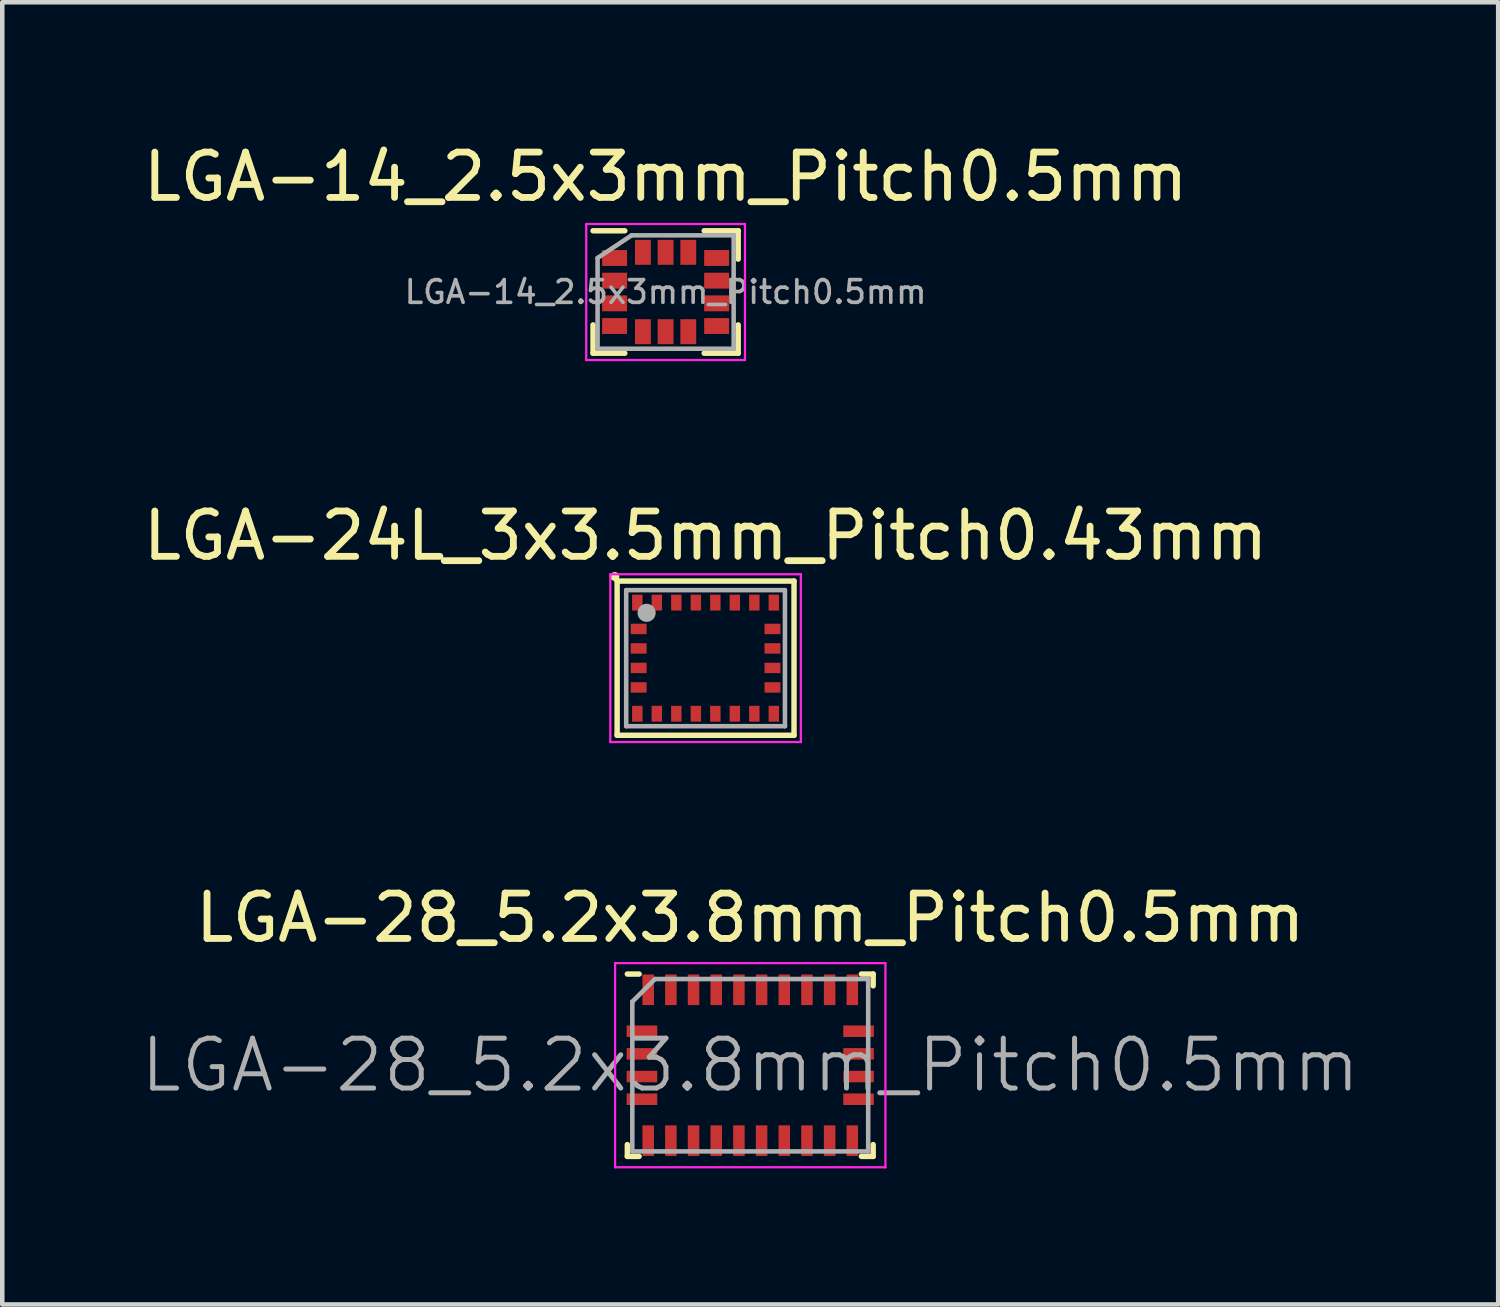
<source format=kicad_pcb>
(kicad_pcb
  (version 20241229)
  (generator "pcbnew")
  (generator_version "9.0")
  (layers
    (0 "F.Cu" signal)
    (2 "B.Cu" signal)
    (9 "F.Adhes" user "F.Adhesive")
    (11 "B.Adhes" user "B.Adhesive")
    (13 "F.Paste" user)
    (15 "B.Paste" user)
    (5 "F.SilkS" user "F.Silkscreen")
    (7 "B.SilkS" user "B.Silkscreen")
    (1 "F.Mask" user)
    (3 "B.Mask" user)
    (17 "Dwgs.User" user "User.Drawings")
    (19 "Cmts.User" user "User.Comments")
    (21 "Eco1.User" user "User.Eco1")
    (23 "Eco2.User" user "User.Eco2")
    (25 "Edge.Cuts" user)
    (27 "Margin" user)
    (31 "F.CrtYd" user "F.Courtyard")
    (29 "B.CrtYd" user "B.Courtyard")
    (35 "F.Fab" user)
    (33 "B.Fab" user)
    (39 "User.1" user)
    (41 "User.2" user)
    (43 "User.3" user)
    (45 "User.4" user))
  (footprint "LGA-24L_3x3.5mm_Pitch0.43mm"
    (layer "F.Cu")
    (at 12.506 11.461)
    (property "Reference" "LGA-24L_3x3.5mm_Pitch0.43mm" (at 0 -2.7 0) (layer "F.SilkS") (effects (font (size 1 1) (thickness 0.15))))
    (attr smd)
    (fp_line (start -1.95 -1.7) (end 1.95 -1.7) (stroke (width 0.12) (type solid)) (layer "F.SilkS"))
    (fp_line (start -1.95 1.7) (end -1.95 -1.7) (stroke (width 0.12) (type solid)) (layer "F.SilkS"))
    (fp_line (start 1.95 -1.7) (end 1.95 1.7) (stroke (width 0.12) (type solid)) (layer "F.SilkS"))
    (fp_line (start 1.95 1.7) (end -1.95 1.7) (stroke (width 0.12) (type solid)) (layer "F.SilkS"))
    (fp_circle (center -2 -1.8) (end -1.95 -1.8) (stroke (width 0.1) (type solid)) (fill no) (layer "F.SilkS"))
    (fp_line (start -2.1 -1.85) (end 2.1 -1.85) (stroke (width 0.05) (type solid)) (layer "F.CrtYd"))
    (fp_line (start -2.1 1.85) (end -2.1 -1.85) (stroke (width 0.05) (type solid)) (layer "F.CrtYd"))
    (fp_line (start 2.1 -1.85) (end 2.1 1.85) (stroke (width 0.05) (type solid)) (layer "F.CrtYd"))
    (fp_line (start 2.1 1.85) (end -2.1 1.85) (stroke (width 0.05) (type solid)) (layer "F.CrtYd"))
    (fp_line (start -1.75 -1.5) (end 1.75 -1.5) (stroke (width 0.1) (type solid)) (layer "F.Fab"))
    (fp_line (start -1.75 1.5) (end -1.75 -1.5) (stroke (width 0.1) (type solid)) (layer "F.Fab"))
    (fp_line (start 1.75 -1.5) (end 1.75 1.5) (stroke (width 0.1) (type solid)) (layer "F.Fab"))
    (fp_line (start 1.75 1.5) (end -1.75 1.5) (stroke (width 0.1) (type solid)) (layer "F.Fab"))
    (fp_circle (center -1.3 -1) (end -1.3 -0.9) (stroke (width 0.2) (type solid)) (fill no) (layer "F.Fab"))
    (pad "1" smd rect (at -1.505 -1.225) (size 0.23 0.35) (layers "F.Cu" "F.Mask" "F.Paste"))
    (pad "2" smd rect (at -1.475 -0.645) (size 0.35 0.23) (layers "F.Cu" "F.Mask" "F.Paste"))
    (pad "3" smd rect (at -1.475 -0.215) (size 0.35 0.23) (layers "F.Cu" "F.Mask" "F.Paste"))
    (pad "4" smd rect (at -1.475 0.215) (size 0.35 0.23) (layers "F.Cu" "F.Mask" "F.Paste"))
    (pad "5" smd rect (at -1.475 0.645) (size 0.35 0.23) (layers "F.Cu" "F.Mask" "F.Paste"))
    (pad "6" smd rect (at -1.505 1.225) (size 0.23 0.35) (layers "F.Cu" "F.Mask" "F.Paste"))
    (pad "7" smd rect (at -1.075 1.225) (size 0.23 0.35) (layers "F.Cu" "F.Mask" "F.Paste"))
    (pad "8" smd rect (at -0.645 1.225) (size 0.23 0.35) (layers "F.Cu" "F.Mask" "F.Paste"))
    (pad "9" smd rect (at -0.215 1.225) (size 0.23 0.35) (layers "F.Cu" "F.Mask" "F.Paste"))
    (pad "10" smd rect (at 0.215 1.225) (size 0.23 0.35) (layers "F.Cu" "F.Mask" "F.Paste"))
    (pad "11" smd rect (at 0.645 1.225) (size 0.23 0.35) (layers "F.Cu" "F.Mask" "F.Paste"))
    (pad "12" smd rect (at 1.075 1.225) (size 0.23 0.35) (layers "F.Cu" "F.Mask" "F.Paste"))
    (pad "13" smd rect (at 1.505 1.225) (size 0.23 0.35) (layers "F.Cu" "F.Mask" "F.Paste"))
    (pad "14" smd rect (at 1.475 0.645) (size 0.35 0.23) (layers "F.Cu" "F.Mask" "F.Paste"))
    (pad "15" smd rect (at 1.475 0.215) (size 0.35 0.23) (layers "F.Cu" "F.Mask" "F.Paste"))
    (pad "16" smd rect (at 1.475 -0.215) (size 0.35 0.23) (layers "F.Cu" "F.Mask" "F.Paste"))
    (pad "17" smd rect (at 1.475 -0.645) (size 0.35 0.23) (layers "F.Cu" "F.Mask" "F.Paste"))
    (pad "18" smd rect (at 1.505 -1.225) (size 0.23 0.35) (layers "F.Cu" "F.Mask" "F.Paste"))
    (pad "19" smd rect (at 1.075 -1.225) (size 0.23 0.35) (layers "F.Cu" "F.Mask" "F.Paste"))
    (pad "20" smd rect (at 0.645 -1.225) (size 0.23 0.35) (layers "F.Cu" "F.Mask" "F.Paste"))
    (pad "21" smd rect (at 0.215 -1.225) (size 0.23 0.35) (layers "F.Cu" "F.Mask" "F.Paste"))
    (pad "22" smd rect (at -0.215 -1.225) (size 0.23 0.35) (layers "F.Cu" "F.Mask" "F.Paste"))
    (pad "23" smd rect (at -0.645 -1.225) (size 0.23 0.35) (layers "F.Cu" "F.Mask" "F.Paste"))
    (pad "24" smd rect (at -1.075 -1.225) (size 0.23 0.35) (layers "F.Cu" "F.Mask" "F.Paste")))
  (footprint "LGA-14_2.5x3mm_Pitch0.5mm"
    (layer "F.Cu")
    (at 11.625 3.388)
    (property "Reference" "LGA-14_2.5x3mm_Pitch0.5mm" (at 0 -2.54 0) (layer "F.SilkS") (effects (font (size 1 1) (thickness 0.15))))
    (attr smd)
    (fp_line (start -1.6 -1.35) (end -0.9 -1.35) (stroke (width 0.12) (type solid)) (layer "F.SilkS"))
    (fp_line (start -1.6 0.725) (end -1.6 1.35) (stroke (width 0.12) (type solid)) (layer "F.SilkS"))
    (fp_line (start -1.6 1.35) (end -0.9 1.35) (stroke (width 0.12) (type solid)) (layer "F.SilkS"))
    (fp_line (start 0.85 -1.35) (end 1.6 -1.35) (stroke (width 0.12) (type solid)) (layer "F.SilkS"))
    (fp_line (start 0.85 1.35) (end 1.6 1.35) (stroke (width 0.12) (type solid)) (layer "F.SilkS"))
    (fp_line (start 1.6 -1.35) (end 1.6 -0.725) (stroke (width 0.12) (type solid)) (layer "F.SilkS"))
    (fp_line (start 1.6 0.725) (end 1.6 1.35) (stroke (width 0.12) (type solid)) (layer "F.SilkS"))
    (fp_line (start -1.75 -1.5) (end 1.75 -1.5) (stroke (width 0.05) (type solid)) (layer "F.CrtYd"))
    (fp_line (start -1.75 1.5) (end -1.75 -1.5) (stroke (width 0.05) (type solid)) (layer "F.CrtYd"))
    (fp_line (start -1.75 1.5) (end 1.75 1.5) (stroke (width 0.05) (type solid)) (layer "F.CrtYd"))
    (fp_line (start 1.75 -1.5) (end 1.75 1.5) (stroke (width 0.05) (type solid)) (layer "F.CrtYd"))
    (fp_line (start -1.5 -0.75) (end -1.5 1.25) (stroke (width 0.1) (type solid)) (layer "F.Fab"))
    (fp_line (start -1.5 -0.75) (end -0.75 -1.25) (stroke (width 0.1) (type solid)) (layer "F.Fab"))
    (fp_line (start -1.5 1.25) (end 1.5 1.25) (stroke (width 0.1) (type solid)) (layer "F.Fab"))
    (fp_line (start 1.5 -1.25) (end -0.75 -1.25) (stroke (width 0.1) (type solid)) (layer "F.Fab"))
    (fp_line (start 1.5 1.25) (end 1.5 -1.25) (stroke (width 0.1) (type solid)) (layer "F.Fab"))
    (fp_text user "${REFERENCE}" (at 0 0 0) (layer "F.Fab") (effects (font (size 0.5 0.5) (thickness 0.08))))
    (pad "1" smd rect (at -1.125 -0.75) (size 0.55 0.35) (layers "F.Cu" "F.Mask" "F.Paste"))
    (pad "2" smd rect (at -1.125 -0.25) (size 0.55 0.35) (layers "F.Cu" "F.Mask" "F.Paste"))
    (pad "3" smd rect (at -1.125 0.25) (size 0.55 0.35) (layers "F.Cu" "F.Mask" "F.Paste"))
    (pad "4" smd rect (at -1.125 0.75) (size 0.55 0.35) (layers "F.Cu" "F.Mask" "F.Paste"))
    (pad "5" smd rect (at -0.5 0.875) (size 0.35 0.55) (layers "F.Cu" "F.Mask" "F.Paste"))
    (pad "6" smd rect (at 0 0.875) (size 0.35 0.55) (layers "F.Cu" "F.Mask" "F.Paste"))
    (pad "7" smd rect (at 0.5 0.875) (size 0.35 0.55) (layers "F.Cu" "F.Mask" "F.Paste"))
    (pad "8" smd rect (at 1.125 0.75) (size 0.55 0.35) (layers "F.Cu" "F.Mask" "F.Paste"))
    (pad "9" smd rect (at 1.125 0.25) (size 0.55 0.35) (layers "F.Cu" "F.Mask" "F.Paste"))
    (pad "10" smd rect (at 1.125 -0.25) (size 0.55 0.35) (layers "F.Cu" "F.Mask" "F.Paste"))
    (pad "11" smd rect (at 1.125 -0.75) (size 0.55 0.35) (layers "F.Cu" "F.Mask" "F.Paste"))
    (pad "12" smd rect (at 0.5 -0.875) (size 0.35 0.55) (layers "F.Cu" "F.Mask" "F.Paste"))
    (pad "13" smd rect (at 0 -0.875) (size 0.35 0.55) (layers "F.Cu" "F.Mask" "F.Paste"))
    (pad "14" smd rect (at -0.5 -0.875) (size 0.35 0.55) (layers "F.Cu" "F.Mask" "F.Paste")))
  (footprint "LGA-28_5.2x3.8mm_Pitch0.5mm"
    (layer "F.Cu")
    (at 13.491 20.435)
    (property "Reference" "LGA-28_5.2x3.8mm_Pitch0.5mm" (at 0 -3.25 0) (layer "F.SilkS") (effects (font (size 1 1) (thickness 0.15))))
    (attr smd)
    (fp_line (start -2.71 -2.01) (end -2.45 -2.01) (stroke (width 0.12) (type solid)) (layer "F.SilkS"))
    (fp_line (start -2.71 2.01) (end -2.71 1.75) (stroke (width 0.12) (type solid)) (layer "F.SilkS"))
    (fp_line (start -2.71 2.01) (end -2.45 2.01) (stroke (width 0.12) (type solid)) (layer "F.SilkS"))
    (fp_line (start 2.71 -2.01) (end 2.45 -2.01) (stroke (width 0.12) (type solid)) (layer "F.SilkS"))
    (fp_line (start 2.71 -2.01) (end 2.71 -1.75) (stroke (width 0.12) (type solid)) (layer "F.SilkS"))
    (fp_line (start 2.71 2.01) (end 2.45 2.01) (stroke (width 0.12) (type solid)) (layer "F.SilkS"))
    (fp_line (start 2.71 2.01) (end 2.71 1.75) (stroke (width 0.12) (type solid)) (layer "F.SilkS"))
    (fp_line (start -2.98 -2.25) (end -2.98 2.25) (stroke (width 0.05) (type solid)) (layer "F.CrtYd"))
    (fp_line (start -2.98 2.25) (end 2.98 2.25) (stroke (width 0.05) (type solid)) (layer "F.CrtYd"))
    (fp_line (start 2.98 -2.25) (end -2.98 -2.25) (stroke (width 0.05) (type solid)) (layer "F.CrtYd"))
    (fp_line (start 2.98 2.25) (end 2.98 -2.25) (stroke (width 0.05) (type solid)) (layer "F.CrtYd"))
    (fp_line (start -2.6 -1.4) (end -2.6 1.9) (stroke (width 0.1) (type solid)) (layer "F.Fab"))
    (fp_line (start -2.6 -1.4) (end -2.1 -1.9) (stroke (width 0.1) (type solid)) (layer "F.Fab"))
    (fp_line (start -2.6 1.9) (end 2.6 1.9) (stroke (width 0.1) (type solid)) (layer "F.Fab"))
    (fp_line (start 2.6 -1.9) (end -2.1 -1.9) (stroke (width 0.1) (type solid)) (layer "F.Fab"))
    (fp_line (start 2.6 1.9) (end 2.6 -1.9) (stroke (width 0.1) (type solid)) (layer "F.Fab"))
    (fp_text user "${REFERENCE}" (at 0 0 0) (layer "F.Fab") (effects (font (size 1.1 1.1) (thickness 0.11))))
    (pad "1" smd rect (at -2.25 -1.663) (size 0.254 0.675) (layers "F.Cu" "F.Mask" "F.Paste"))
    (pad "2" smd rect (at -2.388 -0.75 90) (size 0.254 0.675) (layers "F.Cu" "F.Mask" "F.Paste"))
    (pad "3" smd rect (at -2.388 -0.25 90) (size 0.254 0.675) (layers "F.Cu" "F.Mask" "F.Paste"))
    (pad "4" smd rect (at -2.388 0.25 90) (size 0.254 0.675) (layers "F.Cu" "F.Mask" "F.Paste"))
    (pad "5" smd rect (at -2.388 0.75 90) (size 0.254 0.675) (layers "F.Cu" "F.Mask" "F.Paste"))
    (pad "6" smd rect (at -2.25 1.663) (size 0.254 0.675) (layers "F.Cu" "F.Mask" "F.Paste"))
    (pad "7" smd rect (at -1.75 1.663) (size 0.254 0.675) (layers "F.Cu" "F.Mask" "F.Paste"))
    (pad "8" smd rect (at -1.25 1.663) (size 0.254 0.675) (layers "F.Cu" "F.Mask" "F.Paste"))
    (pad "9" smd rect (at -0.75 1.663) (size 0.254 0.675) (layers "F.Cu" "F.Mask" "F.Paste"))
    (pad "10" smd rect (at -0.25 1.663) (size 0.254 0.675) (layers "F.Cu" "F.Mask" "F.Paste"))
    (pad "11" smd rect (at 0.25 1.663) (size 0.254 0.675) (layers "F.Cu" "F.Mask" "F.Paste"))
    (pad "12" smd rect (at 0.75 1.663) (size 0.254 0.675) (layers "F.Cu" "F.Mask" "F.Paste"))
    (pad "13" smd rect (at 1.25 1.663) (size 0.254 0.675) (layers "F.Cu" "F.Mask" "F.Paste"))
    (pad "14" smd rect (at 1.75 1.663) (size 0.254 0.675) (layers "F.Cu" "F.Mask" "F.Paste"))
    (pad "15" smd rect (at 2.25 1.663) (size 0.254 0.675) (layers "F.Cu" "F.Mask" "F.Paste"))
    (pad "16" smd rect (at 2.388 0.75 90) (size 0.254 0.675) (layers "F.Cu" "F.Mask" "F.Paste"))
    (pad "17" smd rect (at 2.388 0.25 90) (size 0.254 0.675) (layers "F.Cu" "F.Mask" "F.Paste"))
    (pad "18" smd rect (at 2.388 -0.25 90) (size 0.254 0.675) (layers "F.Cu" "F.Mask" "F.Paste"))
    (pad "19" smd rect (at 2.388 -0.75 90) (size 0.254 0.675) (layers "F.Cu" "F.Mask" "F.Paste"))
    (pad "20" smd rect (at 2.25 -1.663) (size 0.254 0.675) (layers "F.Cu" "F.Mask" "F.Paste"))
    (pad "21" smd rect (at 1.75 -1.663) (size 0.254 0.675) (layers "F.Cu" "F.Mask" "F.Paste"))
    (pad "22" smd rect (at 1.25 -1.663) (size 0.254 0.675) (layers "F.Cu" "F.Mask" "F.Paste"))
    (pad "23" smd rect (at 0.75 -1.663) (size 0.254 0.675) (layers "F.Cu" "F.Mask" "F.Paste"))
    (pad "24" smd rect (at 0.25 -1.663) (size 0.254 0.675) (layers "F.Cu" "F.Mask" "F.Paste"))
    (pad "26" smd rect (at -0.75 -1.663) (size 0.254 0.675) (layers "F.Cu" "F.Mask" "F.Paste"))
    (pad "27" smd rect (at -1.25 -1.663) (size 0.254 0.675) (layers "F.Cu" "F.Mask" "F.Paste"))
    (pad "28" smd rect (at -1.75 -1.663) (size 0.254 0.675) (layers "F.Cu" "F.Mask" "F.Paste"))
    (pad "28" smd rect (at -0.25 -1.663) (size 0.254 0.675) (layers "F.Cu" "F.Mask" "F.Paste")))
  (gr_rect
    (start -3 -3)
    (end 29.981 25.71)
    (stroke (width 0.1) (type default))
    (fill no)
    (layer "Edge.Cuts")))
</source>
